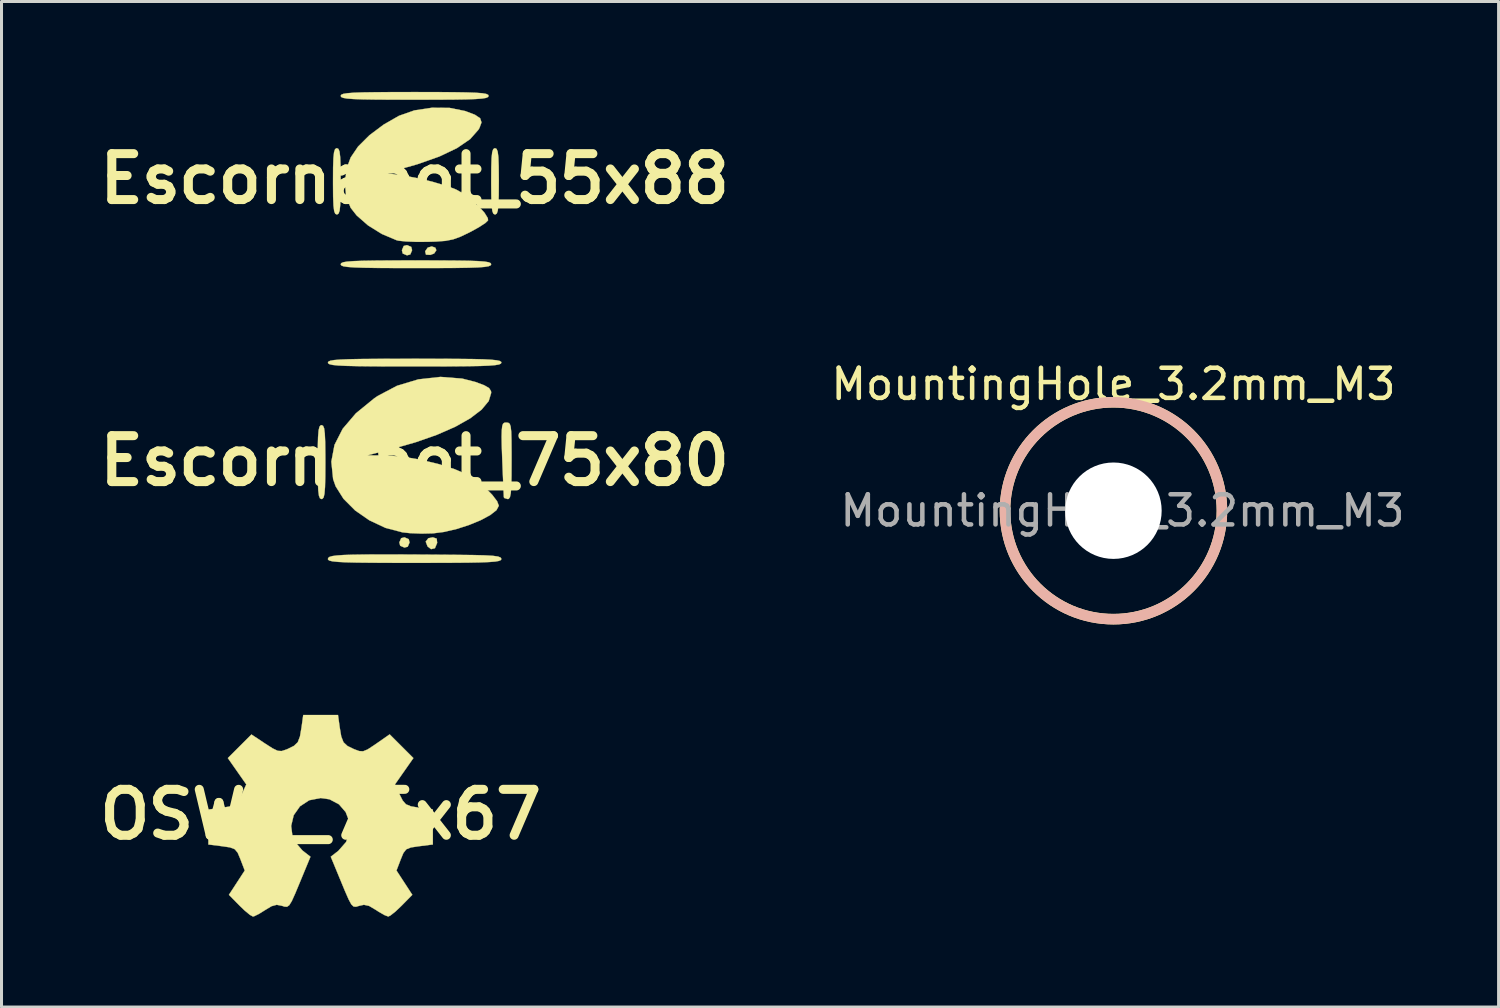
<source format=kicad_pcb>
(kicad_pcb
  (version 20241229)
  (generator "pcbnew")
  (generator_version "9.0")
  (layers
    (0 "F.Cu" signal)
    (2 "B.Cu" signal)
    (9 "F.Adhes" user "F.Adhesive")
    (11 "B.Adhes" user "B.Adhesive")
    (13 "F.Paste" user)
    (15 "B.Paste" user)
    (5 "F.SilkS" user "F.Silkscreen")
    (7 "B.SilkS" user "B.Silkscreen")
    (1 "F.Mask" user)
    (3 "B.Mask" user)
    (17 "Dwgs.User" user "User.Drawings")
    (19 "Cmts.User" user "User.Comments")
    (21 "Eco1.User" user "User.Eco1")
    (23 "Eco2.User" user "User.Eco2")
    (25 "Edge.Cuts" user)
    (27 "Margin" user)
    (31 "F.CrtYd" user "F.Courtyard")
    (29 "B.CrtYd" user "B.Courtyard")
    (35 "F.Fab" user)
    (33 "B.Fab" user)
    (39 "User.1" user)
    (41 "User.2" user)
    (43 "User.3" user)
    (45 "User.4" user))
  (footprint "MountingHole_3.2mm_M3"
    (layer "F.Cu")
    (at 33.905 13.9)
    (property "Reference" "MountingHole_3.2mm_M3" (at 0 -4.2 0) (layer "F.SilkS") (effects (font (size 1 1) (thickness 0.15))))
    (attr exclude_from_pos_files exclude_from_bom)
    (fp_circle (center 0 0) (end 3.6 0) (stroke (width 0.35) (type solid)) (fill no) (layer "F.SilkS"))
    (fp_circle (center 0 0) (end 3.6 0) (stroke (width 0.35) (type solid)) (fill no) (layer "B.SilkS"))
    (fp_text user "${REFERENCE}" (at 0.3 0 0) (layer "F.Fab") (effects (font (size 1 1) (thickness 0.15))))
    (pad "" np_thru_hole circle (at 0 0) (size 3.2 3.2) (drill 3.2) (layers "*.Cu" "*.Mask")))
  (footprint "Escornabot_55x88"
    (layer "F.Cu")
    (at 10.712 2.884)
    (property "Reference" "Escornabot_55x88" (at 0 0 0) (layer "F.SilkS") (effects (font (size 1.524 1.524) (thickness 0.3))))
    (attr through_hole)
    (fp_poly (pts (xy -0.112 2.261) (xy -0.085 2.371) (xy -0.145 2.512) (xy -0.254 2.54) (xy -0.396 2.48) (xy -0.423 2.371) (xy -0.363 2.229) (xy -0.254 2.201) (xy -0.112 2.261)) (stroke (width 0.01) (type solid)) (fill yes) (layer "F.SilkS"))
    (fp_poly (pts (xy 0.687 2.287) (xy 0.72 2.371) (xy 0.647 2.479) (xy 0.522 2.526) (xy 0.376 2.518) (xy 0.35 2.418) (xy 0.353 2.399) (xy 0.434 2.284) (xy 0.569 2.245) (xy 0.687 2.287)) (stroke (width 0.01) (type solid)) (fill yes) (layer "F.SilkS"))
    (fp_poly (pts (xy -2.529 -0.991) (xy -2.493 -0.901) (xy -2.471 -0.72) (xy -2.459 -0.423) (xy -2.455 0.015) (xy -2.455 0.085) (xy -2.458 0.543) (xy -2.469 0.857) (xy -2.489 1.052) (xy -2.524 1.153) (xy -2.574 1.185) (xy -2.582 1.185) (xy -2.635 1.161) (xy -2.671 1.071) (xy -2.694 0.889) (xy -2.706 0.592) (xy -2.709 0.155) (xy -2.709 0.085) (xy -2.707 -0.374) (xy -2.696 -0.688) (xy -2.675 -0.883) (xy -2.641 -0.984) (xy -2.59 -1.016) (xy -2.582 -1.016) (xy -2.529 -0.991)) (stroke (width 0.01) (type solid)) (fill yes) (layer "F.SilkS"))
    (fp_poly (pts (xy 2.72 -0.991) (xy 2.756 -0.901) (xy 2.779 -0.72) (xy 2.79 -0.423) (xy 2.794 0.015) (xy 2.794 0.085) (xy 2.791 0.543) (xy 2.781 0.857) (xy 2.76 1.052) (xy 2.726 1.153) (xy 2.675 1.185) (xy 2.667 1.185) (xy 2.614 1.161) (xy 2.578 1.071) (xy 2.555 0.889) (xy 2.544 0.592) (xy 2.54 0.155) (xy 2.54 0.085) (xy 2.543 -0.374) (xy 2.553 -0.688) (xy 2.574 -0.883) (xy 2.608 -0.984) (xy 2.659 -1.016) (xy 2.667 -1.016) (xy 2.72 -0.991)) (stroke (width 0.01) (type solid)) (fill yes) (layer "F.SilkS"))
    (fp_poly (pts (xy 0.718 -2.878) (xy 1.283 -2.874) (xy 1.714 -2.867) (xy 2.028 -2.856) (xy 2.241 -2.84) (xy 2.372 -2.818) (xy 2.438 -2.788) (xy 2.455 -2.752) (xy 2.437 -2.715) (xy 2.37 -2.685) (xy 2.238 -2.663) (xy 2.022 -2.647) (xy 1.706 -2.636) (xy 1.273 -2.629) (xy 0.704 -2.626) (xy 0 -2.625) (xy -0.718 -2.626) (xy -1.283 -2.629) (xy -1.714 -2.636) (xy -2.028 -2.647) (xy -2.241 -2.663) (xy -2.372 -2.686) (xy -2.438 -2.715) (xy -2.455 -2.752) (xy -2.437 -2.789) (xy -2.37 -2.818) (xy -2.238 -2.84) (xy -2.022 -2.857) (xy -1.706 -2.868) (xy -1.273 -2.874) (xy -0.704 -2.878) (xy 0 -2.879) (xy 0.718 -2.878)) (stroke (width 0.01) (type solid)) (fill yes) (layer "F.SilkS"))
    (fp_poly (pts (xy 0.767 2.71) (xy 1.339 2.714) (xy 1.776 2.72) (xy 2.096 2.731) (xy 2.315 2.747) (xy 2.45 2.769) (xy 2.52 2.798) (xy 2.54 2.834) (xy 2.54 2.836) (xy 2.522 2.873) (xy 2.455 2.902) (xy 2.324 2.924) (xy 2.109 2.941) (xy 1.796 2.952) (xy 1.365 2.959) (xy 0.8 2.962) (xy 0.084 2.963) (xy 0.042 2.963) (xy -0.682 2.962) (xy -1.254 2.959) (xy -1.691 2.952) (xy -2.011 2.941) (xy -2.23 2.925) (xy -2.366 2.904) (xy -2.435 2.875) (xy -2.455 2.838) (xy -2.455 2.836) (xy -2.437 2.8) (xy -2.371 2.77) (xy -2.239 2.748) (xy -2.025 2.732) (xy -1.711 2.721) (xy -1.28 2.714) (xy -0.715 2.71) (xy 0.001 2.709) (xy 0.042 2.709) (xy 0.767 2.71)) (stroke (width 0.01) (type solid)) (fill yes) (layer "F.SilkS"))
    (fp_poly (pts (xy 1.159 -2.353) (xy 1.676 -2.249) (xy 2 -2.126) (xy 2.174 -2.009) (xy 2.219 -1.871) (xy 2.151 -1.688) (xy 2.116 -1.628) (xy 1.84 -1.316) (xy 1.404 -1.018) (xy 0.818 -0.739) (xy 0.091 -0.483) (xy -0.254 -0.385) (xy -0.974 -0.19) (xy -0.55 -0.133) (xy 0.013 -0.037) (xy 0.584 0.096) (xy 1.096 0.249) (xy 1.371 0.354) (xy 1.616 0.491) (xy 1.878 0.688) (xy 2.123 0.911) (xy 2.318 1.127) (xy 2.427 1.304) (xy 2.437 1.38) (xy 2.351 1.464) (xy 2.152 1.595) (xy 1.88 1.747) (xy 1.82 1.778) (xy 1.522 1.921) (xy 1.277 2.01) (xy 1.025 2.06) (xy 0.705 2.084) (xy 0.426 2.092) (xy 0.048 2.093) (xy -0.286 2.08) (xy -0.526 2.056) (xy -0.593 2.041) (xy -1.088 1.832) (xy -1.549 1.545) (xy -1.926 1.215) (xy -2.124 0.963) (xy -2.276 0.572) (xy -2.317 0.109) (xy -2.247 -0.371) (xy -2.124 -0.706) (xy -1.877 -1.071) (xy -1.5 -1.446) (xy -1.029 -1.799) (xy -0.52 -2.091) (xy -0.011 -2.27) (xy 0.572 -2.358) (xy 1.159 -2.353)) (stroke (width 0.01) (type solid)) (fill yes) (layer "F.SilkS")))
  (footprint "OSWH_75x67"
    (layer "F.Cu")
    (at 7.591 23.982)
    (property "Reference" "OSWH_75x67" (at 0 0 0) (layer "F.SilkS") (effects (font (size 1.524 1.524) (thickness 0.3))))
    (attr through_hole)
    (fp_poly (pts (xy 0.633 -2.896) (xy 0.685 -2.587) (xy 0.76 -2.397) (xy 0.89 -2.274) (xy 1.108 -2.168) (xy 1.109 -2.168) (xy 1.278 -2.105) (xy 1.409 -2.097) (xy 1.557 -2.157) (xy 1.774 -2.299) (xy 1.85 -2.351) (xy 2.292 -2.659) (xy 2.685 -2.266) (xy 3.079 -1.872) (xy 2.467 -0.998) (xy 2.609 -0.689) (xy 2.722 -0.466) (xy 2.833 -0.338) (xy 2.999 -0.27) (xy 3.272 -0.224) (xy 3.313 -0.218) (xy 3.725 -0.164) (xy 3.725 0.996) (xy 3.265 1.054) (xy 2.997 1.094) (xy 2.843 1.156) (xy 2.747 1.279) (xy 2.661 1.486) (xy 2.518 1.86) (xy 3.043 2.666) (xy 2.689 3.026) (xy 2.486 3.219) (xy 2.321 3.35) (xy 2.246 3.387) (xy 2.126 3.342) (xy 1.93 3.23) (xy 1.835 3.168) (xy 1.608 3.034) (xy 1.436 2.997) (xy 1.279 3.032) (xy 1.174 3.063) (xy 1.094 3.055) (xy 1.018 2.982) (xy 0.93 2.819) (xy 0.809 2.543) (xy 0.691 2.258) (xy 0.337 1.402) (xy 0.59 1.205) (xy 0.844 0.915) (xy 0.962 0.582) (xy 0.954 0.239) (xy 0.832 -0.079) (xy 0.608 -0.338) (xy 0.294 -0.504) (xy 0 -0.546) (xy -0.379 -0.472) (xy -0.685 -0.271) (xy -0.893 0.024) (xy -0.978 0.379) (xy -0.938 0.69) (xy -0.805 0.959) (xy -0.609 1.189) (xy -0.59 1.205) (xy -0.337 1.402) (xy -0.691 2.258) (xy -0.847 2.632) (xy -0.957 2.875) (xy -1.04 3.01) (xy -1.115 3.063) (xy -1.2 3.058) (xy -1.279 3.032) (xy -1.457 2.997) (xy -1.632 3.045) (xy -1.835 3.168) (xy -2.047 3.3) (xy -2.207 3.378) (xy -2.246 3.387) (xy -2.349 3.33) (xy -2.525 3.184) (xy -2.689 3.026) (xy -3.043 2.666) (xy -2.518 1.86) (xy -2.661 1.486) (xy -2.752 1.27) (xy -2.85 1.152) (xy -3.009 1.092) (xy -3.265 1.054) (xy -3.725 0.996) (xy -3.725 -0.164) (xy -3.313 -0.218) (xy -3.024 -0.264) (xy -2.849 -0.328) (xy -2.734 -0.447) (xy -2.624 -0.658) (xy -2.609 -0.689) (xy -2.467 -0.998) (xy -3.079 -1.872) (xy -2.687 -2.264) (xy -2.296 -2.655) (xy -1.841 -2.353) (xy -1.589 -2.192) (xy -1.424 -2.113) (xy -1.292 -2.105) (xy -1.14 -2.155) (xy -1.098 -2.172) (xy -0.885 -2.277) (xy -0.758 -2.399) (xy -0.685 -2.591) (xy -0.633 -2.896) (xy -0.577 -3.302) (xy 0.577 -3.302) (xy 0.633 -2.896)) (stroke (width 0.01) (type solid)) (fill yes) (layer "F.SilkS")))
  (footprint "Escornabot_75x80"
    (layer "F.Cu")
    (at 10.712 12.244)
    (property "Reference" "Escornabot_75x80" (at 0 0 0) (layer "F.SilkS") (effects (font (size 1.524 1.524) (thickness 0.3))))
    (attr through_hole)
    (fp_poly (pts (xy -0.197 2.6) (xy -0.169 2.709) (xy -0.229 2.851) (xy -0.339 2.879) (xy -0.48 2.819) (xy -0.508 2.709) (xy -0.448 2.568) (xy -0.339 2.54) (xy -0.197 2.6)) (stroke (width 0.01) (type solid)) (fill yes) (layer "F.SilkS"))
    (fp_poly (pts (xy 0.732 2.583) (xy 0.747 2.724) (xy 0.673 2.901) (xy 0.546 2.932) (xy 0.429 2.843) (xy 0.367 2.682) (xy 0.453 2.57) (xy 0.604 2.54) (xy 0.732 2.583)) (stroke (width 0.01) (type solid)) (fill yes) (layer "F.SilkS"))
    (fp_poly (pts (xy -3.04 -1.162) (xy -3.004 -1.076) (xy -2.982 -0.903) (xy -2.969 -0.62) (xy -2.964 -0.203) (xy -2.963 0.042) (xy -2.966 0.53) (xy -2.975 0.872) (xy -2.993 1.093) (xy -3.022 1.216) (xy -3.065 1.265) (xy -3.09 1.27) (xy -3.141 1.247) (xy -3.176 1.161) (xy -3.199 0.988) (xy -3.212 0.705) (xy -3.217 0.288) (xy -3.217 0.042) (xy -3.215 -0.445) (xy -3.206 -0.788) (xy -3.188 -1.008) (xy -3.159 -1.131) (xy -3.116 -1.181) (xy -3.09 -1.185) (xy -3.04 -1.162)) (stroke (width 0.01) (type solid)) (fill yes) (layer "F.SilkS"))
    (fp_poly (pts (xy 3.107 -1.263) (xy 3.156 -1.227) (xy 3.187 -1.134) (xy 3.206 -0.962) (xy 3.214 -0.683) (xy 3.217 -0.274) (xy 3.217 0) (xy 3.215 0.497) (xy 3.207 0.848) (xy 3.19 1.077) (xy 3.162 1.208) (xy 3.121 1.263) (xy 3.09 1.27) (xy 2.976 1.235) (xy 2.96 1.206) (xy 2.929 0.495) (xy 2.906 -0.065) (xy 2.891 -0.492) (xy 2.886 -0.804) (xy 2.892 -1.019) (xy 2.907 -1.155) (xy 2.934 -1.23) (xy 2.973 -1.262) (xy 3.023 -1.27) (xy 3.039 -1.27) (xy 3.107 -1.263)) (stroke (width 0.01) (type solid)) (fill yes) (layer "F.SilkS"))
    (fp_poly (pts (xy 0.783 -3.386) (xy 1.413 -3.383) (xy 1.905 -3.378) (xy 2.276 -3.369) (xy 2.542 -3.355) (xy 2.72 -3.337) (xy 2.824 -3.314) (xy 2.871 -3.284) (xy 2.879 -3.26) (xy 2.861 -3.225) (xy 2.797 -3.197) (xy 2.672 -3.176) (xy 2.468 -3.159) (xy 2.17 -3.147) (xy 1.761 -3.14) (xy 1.227 -3.135) (xy 0.55 -3.133) (xy 0 -3.133) (xy -0.783 -3.133) (xy -1.413 -3.136) (xy -1.905 -3.142) (xy -2.276 -3.151) (xy -2.542 -3.164) (xy -2.72 -3.182) (xy -2.824 -3.206) (xy -2.871 -3.235) (xy -2.879 -3.26) (xy -2.861 -3.294) (xy -2.797 -3.322) (xy -2.672 -3.344) (xy -2.468 -3.36) (xy -2.17 -3.372) (xy -1.761 -3.38) (xy -1.227 -3.384) (xy -0.55 -3.386) (xy 0 -3.387) (xy 0.783 -3.386)) (stroke (width 0.01) (type solid)) (fill yes) (layer "F.SilkS"))
    (fp_poly (pts (xy -0.473 3.109) (xy 0.317 3.113) (xy 1.261 3.12) (xy 1.376 3.121) (xy 1.923 3.127) (xy 2.322 3.137) (xy 2.596 3.153) (xy 2.765 3.176) (xy 2.852 3.21) (xy 2.879 3.255) (xy 2.879 3.26) (xy 2.861 3.294) (xy 2.797 3.322) (xy 2.672 3.344) (xy 2.468 3.36) (xy 2.17 3.372) (xy 1.761 3.38) (xy 1.227 3.384) (xy 0.55 3.386) (xy 0 3.387) (xy -0.783 3.386) (xy -1.413 3.383) (xy -1.905 3.378) (xy -2.276 3.369) (xy -2.542 3.355) (xy -2.72 3.337) (xy -2.824 3.314) (xy -2.871 3.284) (xy -2.879 3.26) (xy -2.867 3.221) (xy -2.823 3.188) (xy -2.733 3.162) (xy -2.584 3.142) (xy -2.362 3.126) (xy -2.054 3.116) (xy -1.645 3.11) (xy -1.123 3.108) (xy -0.473 3.109)) (stroke (width 0.01) (type solid)) (fill yes) (layer "F.SilkS"))
    (fp_poly (pts (xy 1.577 -2.729) (xy 2.016 -2.617) (xy 2.308 -2.508) (xy 2.47 -2.414) (xy 2.534 -2.313) (xy 2.54 -2.255) (xy 2.458 -1.984) (xy 2.223 -1.7) (xy 1.848 -1.413) (xy 1.349 -1.131) (xy 0.738 -0.863) (xy 0.032 -0.616) (xy -0.468 -0.473) (xy -1.566 -0.182) (xy -0.921 -0.176) (xy -0.402 -0.137) (xy 0.184 -0.039) (xy 0.78 0.104) (xy 1.328 0.278) (xy 1.767 0.468) (xy 1.789 0.48) (xy 2.063 0.659) (xy 2.336 0.886) (xy 2.573 1.126) (xy 2.737 1.342) (xy 2.794 1.491) (xy 2.716 1.638) (xy 2.504 1.803) (xy 2.191 1.971) (xy 1.808 2.129) (xy 1.389 2.264) (xy 0.965 2.362) (xy 0.613 2.407) (xy 0.231 2.416) (xy -0.163 2.4) (xy -0.404 2.374) (xy -0.968 2.226) (xy -1.503 1.975) (xy -1.977 1.646) (xy -2.361 1.261) (xy -2.623 0.845) (xy -2.706 0.608) (xy -2.765 0.028) (xy -2.66 -0.529) (xy -2.388 -1.063) (xy -1.95 -1.577) (xy -1.344 -2.072) (xy -1.228 -2.151) (xy -0.586 -2.49) (xy 0.123 -2.703) (xy 0.858 -2.785) (xy 1.577 -2.729)) (stroke (width 0.01) (type solid)) (fill yes) (layer "F.SilkS")))
  (gr_rect
    (start -3 -3)
    (end 46.687 30.374)
    (stroke (width 0.1) (type default))
    (fill no)
    (layer "Edge.Cuts")))
</source>
